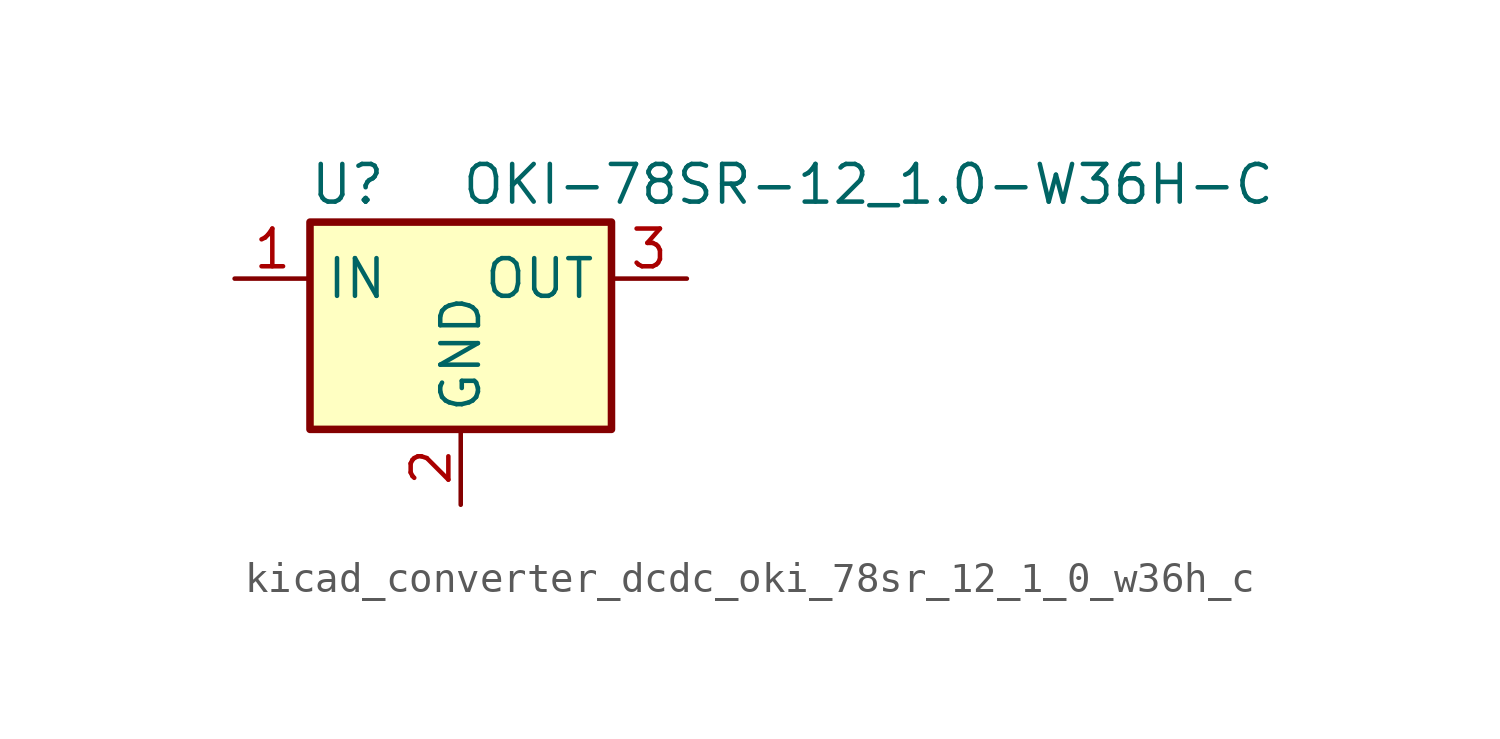
<source format=kicad_sym>
(kicad_symbol_lib
  (version 20220914)
  (generator kicad_symbol_editor)
  (symbol "kicad_converter_dcdc_oki_78sr_12_1_0_w36h_c"
    (property "Reference" "U"
      (at -3.81 3.175 0)
      (effects (font (size 1.27 1.27))))
    (property "Value" "OKI-78SR-12_1.0-W36H-C"
      (at 0 3.175 0)
      (effects (font (size 1.27 1.27)) (justify left)))
    (symbol "kicad_converter_dcdc_oki_78sr_12_1_0_w36h_c_0_1"
      (rectangle (start -5.08 1.905) (end 5.08 -5.08) (stroke (width 0.254) (type default)) (fill (type background))))
    (symbol "kicad_converter_dcdc_oki_78sr_12_1_0_w36h_c_1_1"
      (pin power_in line (at -7.62 0 0) (length 2.54) (name "IN" (effects (font (size 1.27 1.27)))) (number "1" (effects (font (size 1.27 1.27)))))
      (pin power_in line (at 0 -7.62 90) (length 2.54) (name "GND" (effects (font (size 1.27 1.27)))) (number "2" (effects (font (size 1.27 1.27)))))
      (pin power_out line (at 7.62 0 180) (length 2.54) (name "OUT" (effects (font (size 1.27 1.27)))) (number "3" (effects (font (size 1.27 1.27))))))))
</source>
